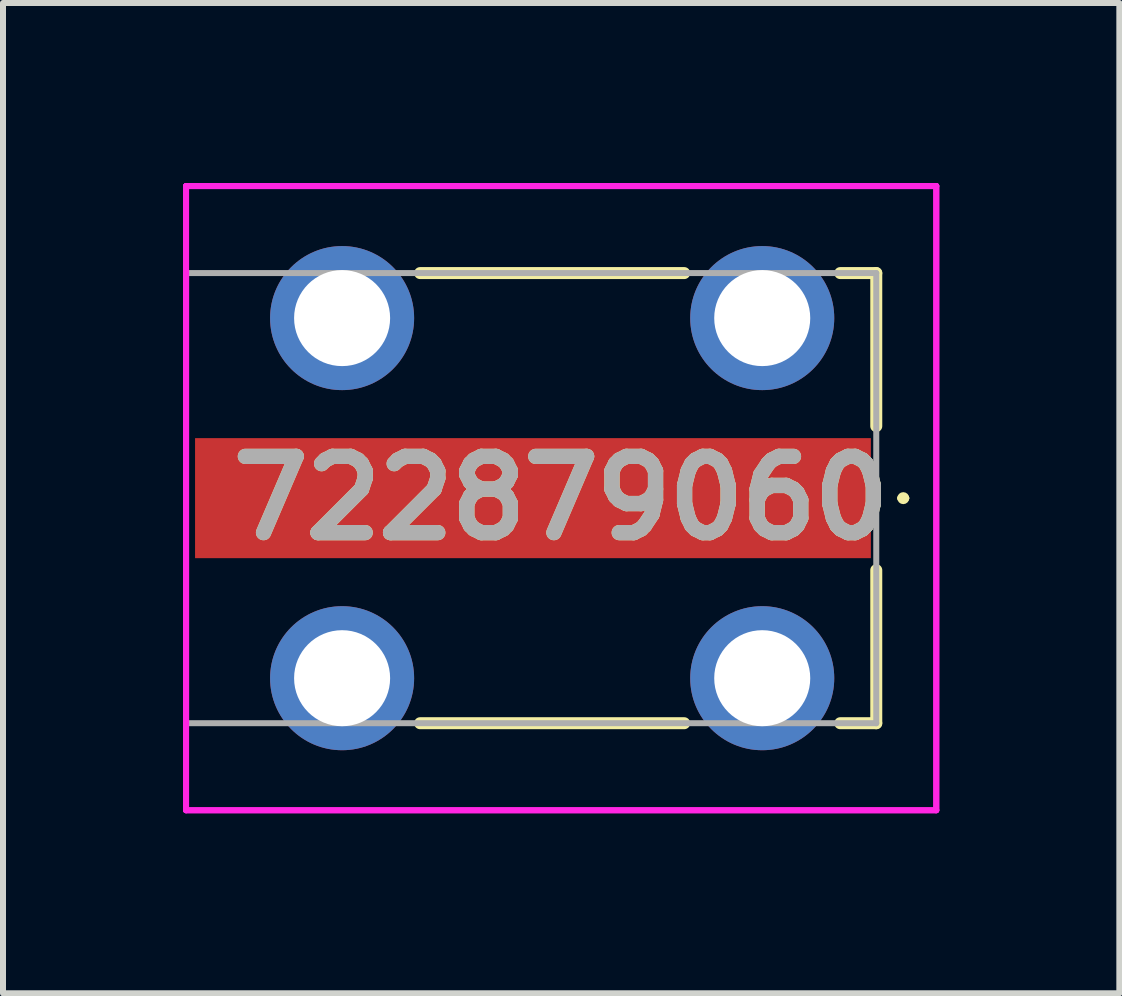
<source format=kicad_pcb>
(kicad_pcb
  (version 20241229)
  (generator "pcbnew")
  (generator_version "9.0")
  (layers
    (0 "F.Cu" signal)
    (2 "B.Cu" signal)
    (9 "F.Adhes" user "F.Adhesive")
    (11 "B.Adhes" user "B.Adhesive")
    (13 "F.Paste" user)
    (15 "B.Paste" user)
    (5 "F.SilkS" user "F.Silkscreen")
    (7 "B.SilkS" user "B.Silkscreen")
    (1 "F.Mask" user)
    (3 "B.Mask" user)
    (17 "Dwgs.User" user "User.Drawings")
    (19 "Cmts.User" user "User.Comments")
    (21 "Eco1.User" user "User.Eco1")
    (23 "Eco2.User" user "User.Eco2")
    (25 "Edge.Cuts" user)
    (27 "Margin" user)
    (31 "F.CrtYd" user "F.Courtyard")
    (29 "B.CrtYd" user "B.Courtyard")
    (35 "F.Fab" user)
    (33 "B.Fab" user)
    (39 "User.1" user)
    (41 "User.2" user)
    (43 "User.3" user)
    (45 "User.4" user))
  (footprint "722879060"
    (layer "F.Cu")
    (at 5.83 5.25)
    (property "Reference" "722879060" (at 0.47 0 0) (layer "F.SilkS") (effects (font (size 1.27 1.27) (thickness 0.254))))
    (attr through_hole)
    (fp_line (start -1.88 3.75) (end 2.52 3.75) (stroke (width 0.2) (type solid)) (layer "F.SilkS"))
    (fp_line (start 2.52 -3.75) (end -1.88 -3.75) (stroke (width 0.2) (type solid)) (layer "F.SilkS"))
    (fp_line (start 5.12 3.75) (end 5.72 3.75) (stroke (width 0.2) (type solid)) (layer "F.SilkS"))
    (fp_line (start 5.72 -3.75) (end 5.12 -3.75) (stroke (width 0.2) (type solid)) (layer "F.SilkS"))
    (fp_line (start 5.72 -1.2) (end 5.72 -3.75) (stroke (width 0.2) (type solid)) (layer "F.SilkS"))
    (fp_line (start 5.72 3.75) (end 5.72 1.2) (stroke (width 0.2) (type solid)) (layer "F.SilkS"))
    (fp_line (start 6.12 0) (end 6.12 0) (stroke (width 0.1) (type solid)) (layer "F.SilkS"))
    (fp_line (start 6.22 0) (end 6.22 0) (stroke (width 0.1) (type solid)) (layer "F.SilkS"))
    (fp_arc (start 6.12 0) (mid 6.17 -0.05) (end 6.22 0) (stroke (width 0.1) (type solid)) (layer "F.SilkS"))
    (fp_arc (start 6.22 0) (mid 6.17 0.05) (end 6.12 0) (stroke (width 0.1) (type solid)) (layer "F.SilkS"))
    (fp_line (start -5.78 -5.2) (end 6.72 -5.2) (stroke (width 0.1) (type solid)) (layer "F.CrtYd"))
    (fp_line (start -5.78 -5.2) (end 6.72 -5.2) (stroke (width 0.1) (type solid)) (layer "F.CrtYd"))
    (fp_line (start -5.78 5.2) (end -5.78 -5.2) (stroke (width 0.1) (type solid)) (layer "F.CrtYd"))
    (fp_line (start -5.78 5.2) (end -5.78 -5.2) (stroke (width 0.1) (type solid)) (layer "F.CrtYd"))
    (fp_line (start 6.72 -5.2) (end 6.72 5.2) (stroke (width 0.1) (type solid)) (layer "F.CrtYd"))
    (fp_line (start 6.72 -5.2) (end 6.72 5.2) (stroke (width 0.1) (type solid)) (layer "F.CrtYd"))
    (fp_line (start 6.72 5.2) (end -5.78 5.2) (stroke (width 0.1) (type solid)) (layer "F.CrtYd"))
    (fp_line (start 6.72 5.2) (end -5.78 5.2) (stroke (width 0.1) (type solid)) (layer "F.CrtYd"))
    (fp_line (start -5.78 -3.75) (end 5.72 -3.75) (stroke (width 0.1) (type solid)) (layer "F.Fab"))
    (fp_line (start -5.78 3.75) (end -5.78 -3.75) (stroke (width 0.1) (type solid)) (layer "F.Fab"))
    (fp_line (start 5.72 -3.75) (end 5.72 3.75) (stroke (width 0.1) (type solid)) (layer "F.Fab"))
    (fp_line (start 5.72 3.75) (end -5.78 3.75) (stroke (width 0.1) (type solid)) (layer "F.Fab"))
    (fp_text user "${REFERENCE}" (at 0.47 0 0) (layer "F.Fab") (effects (font (size 1.27 1.27) (thickness 0.254))))
    (pad "1" smd rect (at 0 0 90) (size 2 11.26) (layers "F.Cu" "F.Mask" "F.Paste"))
    (pad "2" thru_hole circle (at -3.18 -3) (size 2.4 2.4) (drill 1.6) (layers "*.Cu" "*.Mask"))
    (pad "3" thru_hole circle (at -3.18 3) (size 2.4 2.4) (drill 1.6) (layers "*.Cu" "*.Mask"))
    (pad "4" thru_hole circle (at 3.82 3) (size 2.4 2.4) (drill 1.6) (layers "*.Cu" "*.Mask"))
    (pad "5" thru_hole circle (at 3.82 -3) (size 2.4 2.4) (drill 1.6) (layers "*.Cu" "*.Mask")))
  (gr_rect
    (start -3 -3)
    (end 15.6 13.5)
    (stroke (width 0.1) (type default))
    (fill no)
    (layer "Edge.Cuts")))
</source>
